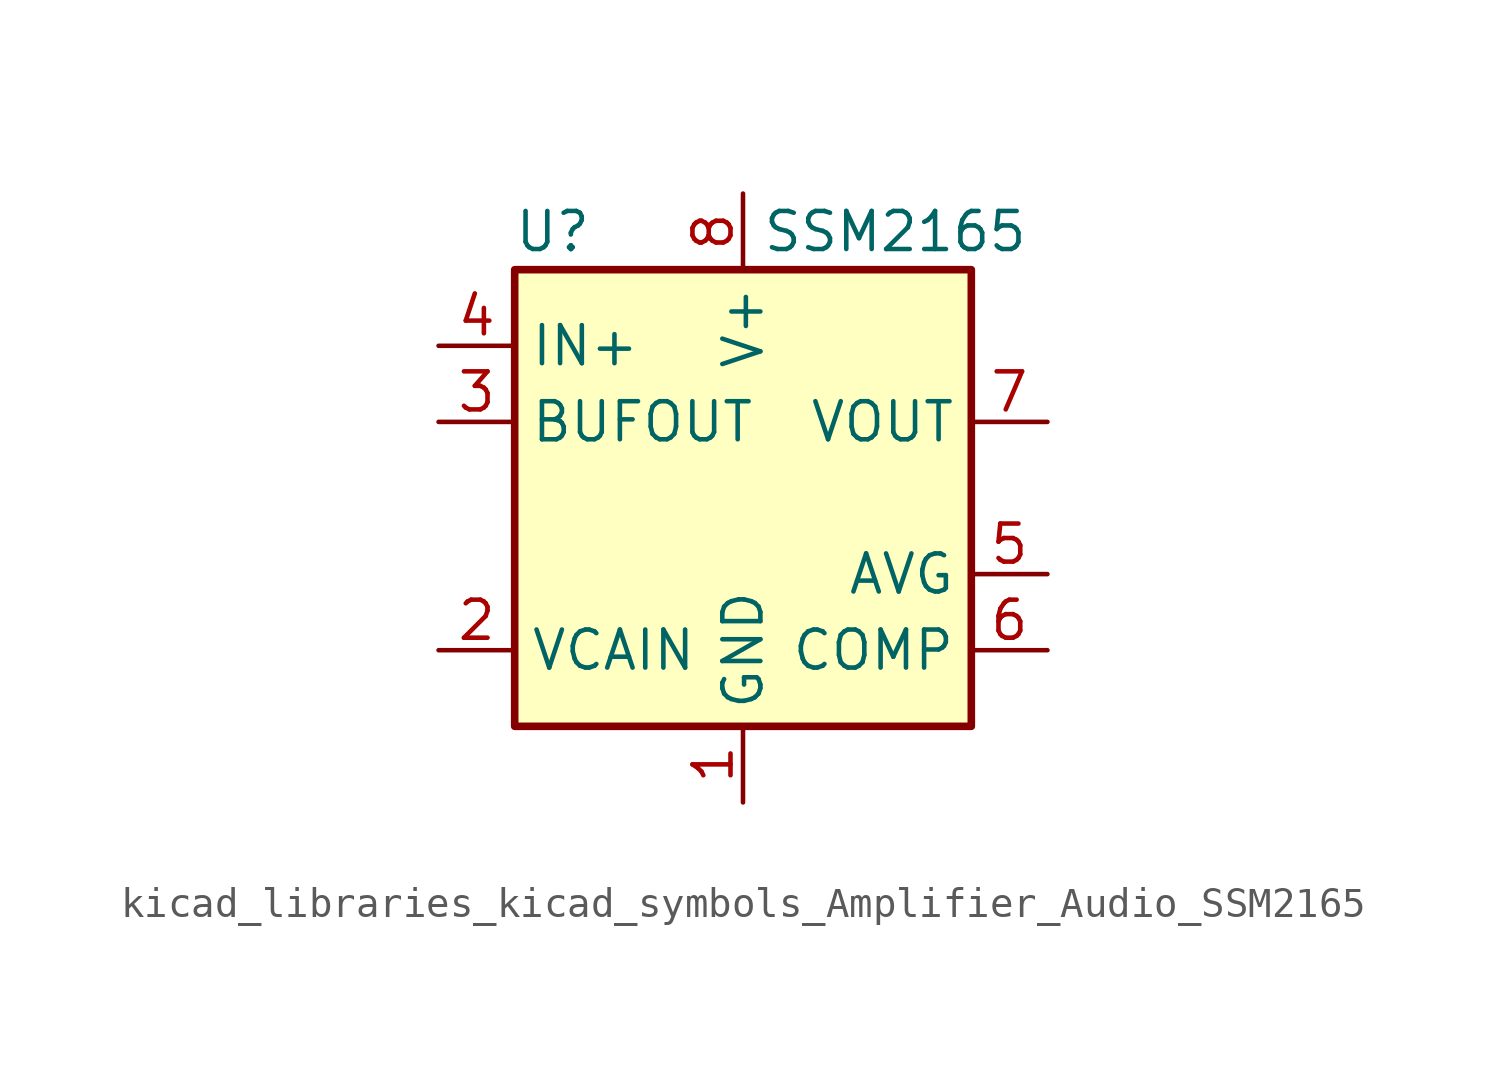
<source format=kicad_sym>
(kicad_symbol_lib
  (version 20220914)
  (generator kicad_symbol_editor)
  (symbol "kicad_libraries_kicad_symbols_Amplifier_Audio_SSM2165"
    (property "Reference" "U"
      (at -6.35 8.89 0)
      (effects (font (size 1.27 1.27))))
    (property "Value" "SSM2165"
      (at 5.08 8.89 0)
      (effects (font (size 1.27 1.27))))
    (symbol "kicad_libraries_kicad_symbols_Amplifier_Audio_SSM2165_0_1"
      (rectangle (start -7.62 7.62) (end 7.62 -7.62) (stroke (width 0.254) (type default)) (fill (type background))))
    (symbol "kicad_libraries_kicad_symbols_Amplifier_Audio_SSM2165_1_1"
      (pin power_in line (at 0 -10.16 90) (length 2.54) (name "GND" (effects (font (size 1.27 1.27)))) (number "1" (effects (font (size 1.27 1.27)))))
      (pin input line (at -10.16 -5.08 0) (length 2.54) (name "VCAIN" (effects (font (size 1.27 1.27)))) (number "2" (effects (font (size 1.27 1.27)))))
      (pin output line (at -10.16 2.54 0) (length 2.54) (name "BUFOUT" (effects (font (size 1.27 1.27)))) (number "3" (effects (font (size 1.27 1.27)))))
      (pin input line (at -10.16 5.08 0) (length 2.54) (name "IN+" (effects (font (size 1.27 1.27)))) (number "4" (effects (font (size 1.27 1.27)))))
      (pin passive line (at 10.16 -2.54 180) (length 2.54) (name "AVG" (effects (font (size 1.27 1.27)))) (number "5" (effects (font (size 1.27 1.27)))))
      (pin passive line (at 10.16 -5.08 180) (length 2.54) (name "COMP" (effects (font (size 1.27 1.27)))) (number "6" (effects (font (size 1.27 1.27)))))
      (pin output line (at 10.16 2.54 180) (length 2.54) (name "VOUT" (effects (font (size 1.27 1.27)))) (number "7" (effects (font (size 1.27 1.27)))))
      (pin power_in line (at 0 10.16 270) (length 2.54) (name "V+" (effects (font (size 1.27 1.27)))) (number "8" (effects (font (size 1.27 1.27))))))))
</source>
